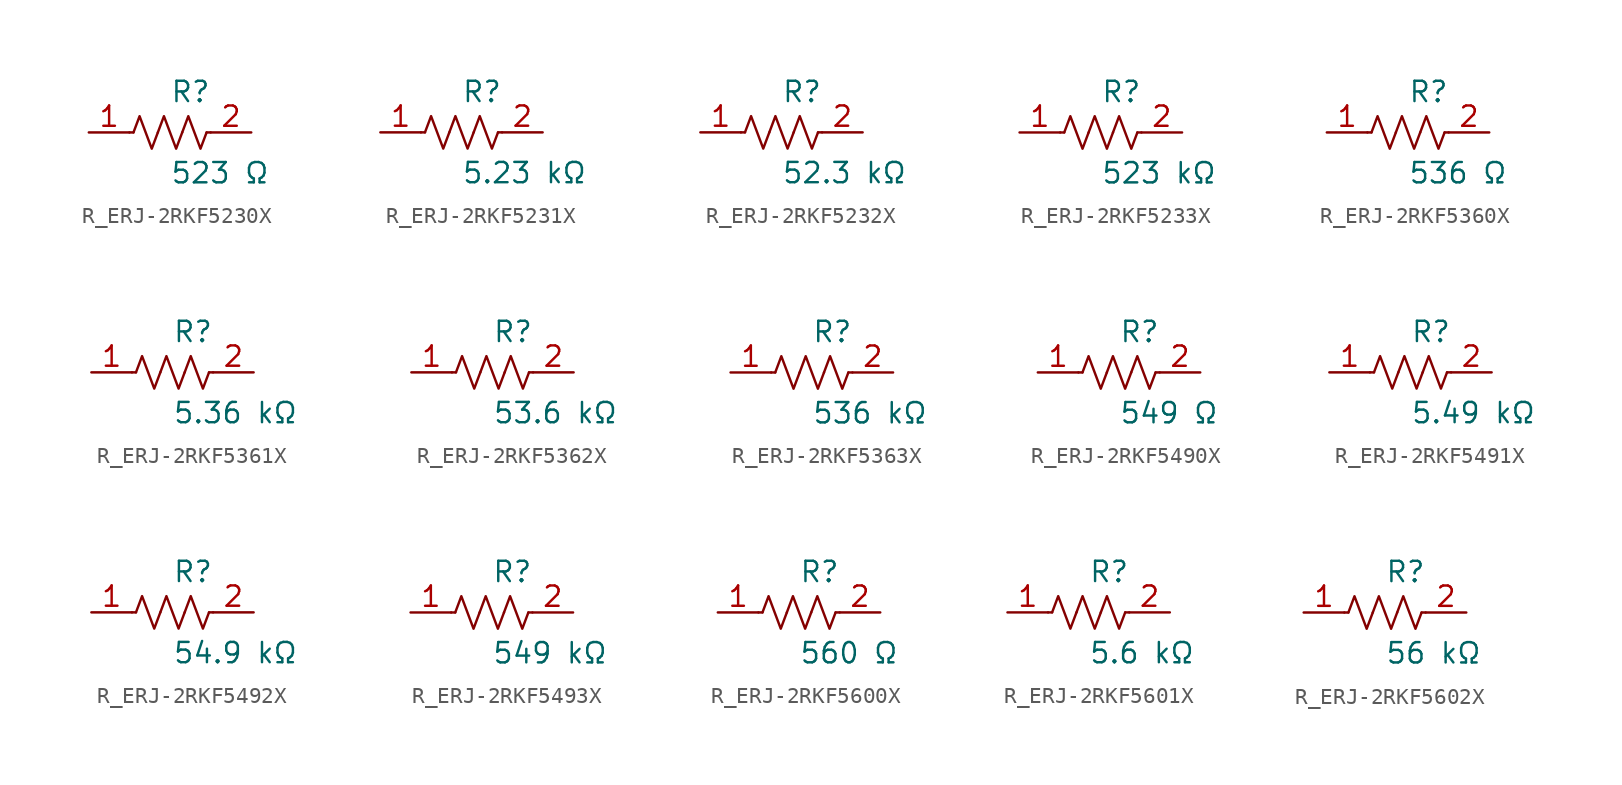
<source format=kicad_sym>
(kicad_symbol_lib
  (version 20231120)
  (generator kicad_symbol_editor)
  (generator_version 8.0)
  (symbol "R_ERJ-2RKF5230X"
    (pin_names
      (offset 0.254))
    (property "Reference" "R"
      (at 0 2.54 0)
      (effects (font (size 1.27 1.27)) (justify left)))
    (property "Value" "523 Ω"
      (at 0 -2.54 0)
      (effects (font (size 1.27 1.27)) (justify left)))
    (symbol "R_ERJ-2RKF5230X_0_1"
      (polyline (pts (xy 2.286 0) (xy 2.54 0)) (stroke (width 0) (type default)) (fill (type none)))
      (polyline (pts (xy -2.286 0) (xy -2.54 0)) (stroke (width 0) (type default)) (fill (type none)))
      (polyline (pts (xy 0.762 0) (xy 1.143 1.016) (xy 1.524 0) (xy 1.905 -1.016) (xy 2.286 0)) (stroke (width 0) (type default)) (fill (type none)))
      (polyline (pts (xy -0.762 0) (xy -0.381 1.016) (xy 0 0) (xy 0.381 -1.016) (xy 0.762 0)) (stroke (width 0) (type default)) (fill (type none)))
      (polyline (pts (xy -2.286 0) (xy -1.905 1.016) (xy -1.524 0) (xy -1.143 -1.016) (xy -0.762 0)) (stroke (width 0) (type default)) (fill (type none))))
    (pin passive line
      (at -5.08 0 0)
      (length 2.54)
      (name "" (effects (font (size 1.27 1.27))))
      (number "1" (effects (font (size 1.27 1.27)))))
    (pin passive line
      (at 5.08 0 180)
      (length 2.54)
      (name "" (effects (font (size 1.27 1.27))))
      (number "2" (effects (font (size 1.27 1.27))))))
  (symbol "R_ERJ-2RKF5231X"
    (pin_names
      (offset 0.254))
    (property "Reference" "R"
      (at 0 2.54 0)
      (effects (font (size 1.27 1.27)) (justify left)))
    (property "Value" "5.23 kΩ"
      (at 0 -2.54 0)
      (effects (font (size 1.27 1.27)) (justify left)))
    (symbol "R_ERJ-2RKF5231X_0_1"
      (polyline (pts (xy 2.286 0) (xy 2.54 0)) (stroke (width 0) (type default)) (fill (type none)))
      (polyline (pts (xy -2.286 0) (xy -2.54 0)) (stroke (width 0) (type default)) (fill (type none)))
      (polyline (pts (xy 0.762 0) (xy 1.143 1.016) (xy 1.524 0) (xy 1.905 -1.016) (xy 2.286 0)) (stroke (width 0) (type default)) (fill (type none)))
      (polyline (pts (xy -0.762 0) (xy -0.381 1.016) (xy 0 0) (xy 0.381 -1.016) (xy 0.762 0)) (stroke (width 0) (type default)) (fill (type none)))
      (polyline (pts (xy -2.286 0) (xy -1.905 1.016) (xy -1.524 0) (xy -1.143 -1.016) (xy -0.762 0)) (stroke (width 0) (type default)) (fill (type none))))
    (pin passive line
      (at -5.08 0 0)
      (length 2.54)
      (name "" (effects (font (size 1.27 1.27))))
      (number "1" (effects (font (size 1.27 1.27)))))
    (pin passive line
      (at 5.08 0 180)
      (length 2.54)
      (name "" (effects (font (size 1.27 1.27))))
      (number "2" (effects (font (size 1.27 1.27))))))
  (symbol "R_ERJ-2RKF5232X"
    (pin_names
      (offset 0.254))
    (property "Reference" "R"
      (at 0 2.54 0)
      (effects (font (size 1.27 1.27)) (justify left)))
    (property "Value" "52.3 kΩ"
      (at 0 -2.54 0)
      (effects (font (size 1.27 1.27)) (justify left)))
    (symbol "R_ERJ-2RKF5232X_0_1"
      (polyline (pts (xy 2.286 0) (xy 2.54 0)) (stroke (width 0) (type default)) (fill (type none)))
      (polyline (pts (xy -2.286 0) (xy -2.54 0)) (stroke (width 0) (type default)) (fill (type none)))
      (polyline (pts (xy 0.762 0) (xy 1.143 1.016) (xy 1.524 0) (xy 1.905 -1.016) (xy 2.286 0)) (stroke (width 0) (type default)) (fill (type none)))
      (polyline (pts (xy -0.762 0) (xy -0.381 1.016) (xy 0 0) (xy 0.381 -1.016) (xy 0.762 0)) (stroke (width 0) (type default)) (fill (type none)))
      (polyline (pts (xy -2.286 0) (xy -1.905 1.016) (xy -1.524 0) (xy -1.143 -1.016) (xy -0.762 0)) (stroke (width 0) (type default)) (fill (type none))))
    (pin passive line
      (at -5.08 0 0)
      (length 2.54)
      (name "" (effects (font (size 1.27 1.27))))
      (number "1" (effects (font (size 1.27 1.27)))))
    (pin passive line
      (at 5.08 0 180)
      (length 2.54)
      (name "" (effects (font (size 1.27 1.27))))
      (number "2" (effects (font (size 1.27 1.27))))))
  (symbol "R_ERJ-2RKF5233X"
    (pin_names
      (offset 0.254))
    (property "Reference" "R"
      (at 0 2.54 0)
      (effects (font (size 1.27 1.27)) (justify left)))
    (property "Value" "523 kΩ"
      (at 0 -2.54 0)
      (effects (font (size 1.27 1.27)) (justify left)))
    (symbol "R_ERJ-2RKF5233X_0_1"
      (polyline (pts (xy 2.286 0) (xy 2.54 0)) (stroke (width 0) (type default)) (fill (type none)))
      (polyline (pts (xy -2.286 0) (xy -2.54 0)) (stroke (width 0) (type default)) (fill (type none)))
      (polyline (pts (xy 0.762 0) (xy 1.143 1.016) (xy 1.524 0) (xy 1.905 -1.016) (xy 2.286 0)) (stroke (width 0) (type default)) (fill (type none)))
      (polyline (pts (xy -0.762 0) (xy -0.381 1.016) (xy 0 0) (xy 0.381 -1.016) (xy 0.762 0)) (stroke (width 0) (type default)) (fill (type none)))
      (polyline (pts (xy -2.286 0) (xy -1.905 1.016) (xy -1.524 0) (xy -1.143 -1.016) (xy -0.762 0)) (stroke (width 0) (type default)) (fill (type none))))
    (pin passive line
      (at -5.08 0 0)
      (length 2.54)
      (name "" (effects (font (size 1.27 1.27))))
      (number "1" (effects (font (size 1.27 1.27)))))
    (pin passive line
      (at 5.08 0 180)
      (length 2.54)
      (name "" (effects (font (size 1.27 1.27))))
      (number "2" (effects (font (size 1.27 1.27))))))
  (symbol "R_ERJ-2RKF5360X"
    (pin_names
      (offset 0.254))
    (property "Reference" "R"
      (at 0 2.54 0)
      (effects (font (size 1.27 1.27)) (justify left)))
    (property "Value" "536 Ω"
      (at 0 -2.54 0)
      (effects (font (size 1.27 1.27)) (justify left)))
    (symbol "R_ERJ-2RKF5360X_0_1"
      (polyline (pts (xy 2.286 0) (xy 2.54 0)) (stroke (width 0) (type default)) (fill (type none)))
      (polyline (pts (xy -2.286 0) (xy -2.54 0)) (stroke (width 0) (type default)) (fill (type none)))
      (polyline (pts (xy 0.762 0) (xy 1.143 1.016) (xy 1.524 0) (xy 1.905 -1.016) (xy 2.286 0)) (stroke (width 0) (type default)) (fill (type none)))
      (polyline (pts (xy -0.762 0) (xy -0.381 1.016) (xy 0 0) (xy 0.381 -1.016) (xy 0.762 0)) (stroke (width 0) (type default)) (fill (type none)))
      (polyline (pts (xy -2.286 0) (xy -1.905 1.016) (xy -1.524 0) (xy -1.143 -1.016) (xy -0.762 0)) (stroke (width 0) (type default)) (fill (type none))))
    (pin passive line
      (at -5.08 0 0)
      (length 2.54)
      (name "" (effects (font (size 1.27 1.27))))
      (number "1" (effects (font (size 1.27 1.27)))))
    (pin passive line
      (at 5.08 0 180)
      (length 2.54)
      (name "" (effects (font (size 1.27 1.27))))
      (number "2" (effects (font (size 1.27 1.27))))))
  (symbol "R_ERJ-2RKF5361X"
    (pin_names
      (offset 0.254))
    (property "Reference" "R"
      (at 0 2.54 0)
      (effects (font (size 1.27 1.27)) (justify left)))
    (property "Value" "5.36 kΩ"
      (at 0 -2.54 0)
      (effects (font (size 1.27 1.27)) (justify left)))
    (symbol "R_ERJ-2RKF5361X_0_1"
      (polyline (pts (xy 2.286 0) (xy 2.54 0)) (stroke (width 0) (type default)) (fill (type none)))
      (polyline (pts (xy -2.286 0) (xy -2.54 0)) (stroke (width 0) (type default)) (fill (type none)))
      (polyline (pts (xy 0.762 0) (xy 1.143 1.016) (xy 1.524 0) (xy 1.905 -1.016) (xy 2.286 0)) (stroke (width 0) (type default)) (fill (type none)))
      (polyline (pts (xy -0.762 0) (xy -0.381 1.016) (xy 0 0) (xy 0.381 -1.016) (xy 0.762 0)) (stroke (width 0) (type default)) (fill (type none)))
      (polyline (pts (xy -2.286 0) (xy -1.905 1.016) (xy -1.524 0) (xy -1.143 -1.016) (xy -0.762 0)) (stroke (width 0) (type default)) (fill (type none))))
    (pin passive line
      (at -5.08 0 0)
      (length 2.54)
      (name "" (effects (font (size 1.27 1.27))))
      (number "1" (effects (font (size 1.27 1.27)))))
    (pin passive line
      (at 5.08 0 180)
      (length 2.54)
      (name "" (effects (font (size 1.27 1.27))))
      (number "2" (effects (font (size 1.27 1.27))))))
  (symbol "R_ERJ-2RKF5362X"
    (pin_names
      (offset 0.254))
    (property "Reference" "R"
      (at 0 2.54 0)
      (effects (font (size 1.27 1.27)) (justify left)))
    (property "Value" "53.6 kΩ"
      (at 0 -2.54 0)
      (effects (font (size 1.27 1.27)) (justify left)))
    (symbol "R_ERJ-2RKF5362X_0_1"
      (polyline (pts (xy 2.286 0) (xy 2.54 0)) (stroke (width 0) (type default)) (fill (type none)))
      (polyline (pts (xy -2.286 0) (xy -2.54 0)) (stroke (width 0) (type default)) (fill (type none)))
      (polyline (pts (xy 0.762 0) (xy 1.143 1.016) (xy 1.524 0) (xy 1.905 -1.016) (xy 2.286 0)) (stroke (width 0) (type default)) (fill (type none)))
      (polyline (pts (xy -0.762 0) (xy -0.381 1.016) (xy 0 0) (xy 0.381 -1.016) (xy 0.762 0)) (stroke (width 0) (type default)) (fill (type none)))
      (polyline (pts (xy -2.286 0) (xy -1.905 1.016) (xy -1.524 0) (xy -1.143 -1.016) (xy -0.762 0)) (stroke (width 0) (type default)) (fill (type none))))
    (pin passive line
      (at -5.08 0 0)
      (length 2.54)
      (name "" (effects (font (size 1.27 1.27))))
      (number "1" (effects (font (size 1.27 1.27)))))
    (pin passive line
      (at 5.08 0 180)
      (length 2.54)
      (name "" (effects (font (size 1.27 1.27))))
      (number "2" (effects (font (size 1.27 1.27))))))
  (symbol "R_ERJ-2RKF5363X"
    (pin_names
      (offset 0.254))
    (property "Reference" "R"
      (at 0 2.54 0)
      (effects (font (size 1.27 1.27)) (justify left)))
    (property "Value" "536 kΩ"
      (at 0 -2.54 0)
      (effects (font (size 1.27 1.27)) (justify left)))
    (symbol "R_ERJ-2RKF5363X_0_1"
      (polyline (pts (xy 2.286 0) (xy 2.54 0)) (stroke (width 0) (type default)) (fill (type none)))
      (polyline (pts (xy -2.286 0) (xy -2.54 0)) (stroke (width 0) (type default)) (fill (type none)))
      (polyline (pts (xy 0.762 0) (xy 1.143 1.016) (xy 1.524 0) (xy 1.905 -1.016) (xy 2.286 0)) (stroke (width 0) (type default)) (fill (type none)))
      (polyline (pts (xy -0.762 0) (xy -0.381 1.016) (xy 0 0) (xy 0.381 -1.016) (xy 0.762 0)) (stroke (width 0) (type default)) (fill (type none)))
      (polyline (pts (xy -2.286 0) (xy -1.905 1.016) (xy -1.524 0) (xy -1.143 -1.016) (xy -0.762 0)) (stroke (width 0) (type default)) (fill (type none))))
    (pin passive line
      (at -5.08 0 0)
      (length 2.54)
      (name "" (effects (font (size 1.27 1.27))))
      (number "1" (effects (font (size 1.27 1.27)))))
    (pin passive line
      (at 5.08 0 180)
      (length 2.54)
      (name "" (effects (font (size 1.27 1.27))))
      (number "2" (effects (font (size 1.27 1.27))))))
  (symbol "R_ERJ-2RKF5490X"
    (pin_names
      (offset 0.254))
    (property "Reference" "R"
      (at 0 2.54 0)
      (effects (font (size 1.27 1.27)) (justify left)))
    (property "Value" "549 Ω"
      (at 0 -2.54 0)
      (effects (font (size 1.27 1.27)) (justify left)))
    (symbol "R_ERJ-2RKF5490X_0_1"
      (polyline (pts (xy 2.286 0) (xy 2.54 0)) (stroke (width 0) (type default)) (fill (type none)))
      (polyline (pts (xy -2.286 0) (xy -2.54 0)) (stroke (width 0) (type default)) (fill (type none)))
      (polyline (pts (xy 0.762 0) (xy 1.143 1.016) (xy 1.524 0) (xy 1.905 -1.016) (xy 2.286 0)) (stroke (width 0) (type default)) (fill (type none)))
      (polyline (pts (xy -0.762 0) (xy -0.381 1.016) (xy 0 0) (xy 0.381 -1.016) (xy 0.762 0)) (stroke (width 0) (type default)) (fill (type none)))
      (polyline (pts (xy -2.286 0) (xy -1.905 1.016) (xy -1.524 0) (xy -1.143 -1.016) (xy -0.762 0)) (stroke (width 0) (type default)) (fill (type none))))
    (pin passive line
      (at -5.08 0 0)
      (length 2.54)
      (name "" (effects (font (size 1.27 1.27))))
      (number "1" (effects (font (size 1.27 1.27)))))
    (pin passive line
      (at 5.08 0 180)
      (length 2.54)
      (name "" (effects (font (size 1.27 1.27))))
      (number "2" (effects (font (size 1.27 1.27))))))
  (symbol "R_ERJ-2RKF5491X"
    (pin_names
      (offset 0.254))
    (property "Reference" "R"
      (at 0 2.54 0)
      (effects (font (size 1.27 1.27)) (justify left)))
    (property "Value" "5.49 kΩ"
      (at 0 -2.54 0)
      (effects (font (size 1.27 1.27)) (justify left)))
    (symbol "R_ERJ-2RKF5491X_0_1"
      (polyline (pts (xy 2.286 0) (xy 2.54 0)) (stroke (width 0) (type default)) (fill (type none)))
      (polyline (pts (xy -2.286 0) (xy -2.54 0)) (stroke (width 0) (type default)) (fill (type none)))
      (polyline (pts (xy 0.762 0) (xy 1.143 1.016) (xy 1.524 0) (xy 1.905 -1.016) (xy 2.286 0)) (stroke (width 0) (type default)) (fill (type none)))
      (polyline (pts (xy -0.762 0) (xy -0.381 1.016) (xy 0 0) (xy 0.381 -1.016) (xy 0.762 0)) (stroke (width 0) (type default)) (fill (type none)))
      (polyline (pts (xy -2.286 0) (xy -1.905 1.016) (xy -1.524 0) (xy -1.143 -1.016) (xy -0.762 0)) (stroke (width 0) (type default)) (fill (type none))))
    (pin passive line
      (at -5.08 0 0)
      (length 2.54)
      (name "" (effects (font (size 1.27 1.27))))
      (number "1" (effects (font (size 1.27 1.27)))))
    (pin passive line
      (at 5.08 0 180)
      (length 2.54)
      (name "" (effects (font (size 1.27 1.27))))
      (number "2" (effects (font (size 1.27 1.27))))))
  (symbol "R_ERJ-2RKF5492X"
    (pin_names
      (offset 0.254))
    (property "Reference" "R"
      (at 0 2.54 0)
      (effects (font (size 1.27 1.27)) (justify left)))
    (property "Value" "54.9 kΩ"
      (at 0 -2.54 0)
      (effects (font (size 1.27 1.27)) (justify left)))
    (symbol "R_ERJ-2RKF5492X_0_1"
      (polyline (pts (xy 2.286 0) (xy 2.54 0)) (stroke (width 0) (type default)) (fill (type none)))
      (polyline (pts (xy -2.286 0) (xy -2.54 0)) (stroke (width 0) (type default)) (fill (type none)))
      (polyline (pts (xy 0.762 0) (xy 1.143 1.016) (xy 1.524 0) (xy 1.905 -1.016) (xy 2.286 0)) (stroke (width 0) (type default)) (fill (type none)))
      (polyline (pts (xy -0.762 0) (xy -0.381 1.016) (xy 0 0) (xy 0.381 -1.016) (xy 0.762 0)) (stroke (width 0) (type default)) (fill (type none)))
      (polyline (pts (xy -2.286 0) (xy -1.905 1.016) (xy -1.524 0) (xy -1.143 -1.016) (xy -0.762 0)) (stroke (width 0) (type default)) (fill (type none))))
    (pin passive line
      (at -5.08 0 0)
      (length 2.54)
      (name "" (effects (font (size 1.27 1.27))))
      (number "1" (effects (font (size 1.27 1.27)))))
    (pin passive line
      (at 5.08 0 180)
      (length 2.54)
      (name "" (effects (font (size 1.27 1.27))))
      (number "2" (effects (font (size 1.27 1.27))))))
  (symbol "R_ERJ-2RKF5493X"
    (pin_names
      (offset 0.254))
    (property "Reference" "R"
      (at 0 2.54 0)
      (effects (font (size 1.27 1.27)) (justify left)))
    (property "Value" "549 kΩ"
      (at 0 -2.54 0)
      (effects (font (size 1.27 1.27)) (justify left)))
    (symbol "R_ERJ-2RKF5493X_0_1"
      (polyline (pts (xy 2.286 0) (xy 2.54 0)) (stroke (width 0) (type default)) (fill (type none)))
      (polyline (pts (xy -2.286 0) (xy -2.54 0)) (stroke (width 0) (type default)) (fill (type none)))
      (polyline (pts (xy 0.762 0) (xy 1.143 1.016) (xy 1.524 0) (xy 1.905 -1.016) (xy 2.286 0)) (stroke (width 0) (type default)) (fill (type none)))
      (polyline (pts (xy -0.762 0) (xy -0.381 1.016) (xy 0 0) (xy 0.381 -1.016) (xy 0.762 0)) (stroke (width 0) (type default)) (fill (type none)))
      (polyline (pts (xy -2.286 0) (xy -1.905 1.016) (xy -1.524 0) (xy -1.143 -1.016) (xy -0.762 0)) (stroke (width 0) (type default)) (fill (type none))))
    (pin passive line
      (at -5.08 0 0)
      (length 2.54)
      (name "" (effects (font (size 1.27 1.27))))
      (number "1" (effects (font (size 1.27 1.27)))))
    (pin passive line
      (at 5.08 0 180)
      (length 2.54)
      (name "" (effects (font (size 1.27 1.27))))
      (number "2" (effects (font (size 1.27 1.27))))))
  (symbol "R_ERJ-2RKF5600X"
    (pin_names
      (offset 0.254))
    (property "Reference" "R"
      (at 0 2.54 0)
      (effects (font (size 1.27 1.27)) (justify left)))
    (property "Value" "560 Ω"
      (at 0 -2.54 0)
      (effects (font (size 1.27 1.27)) (justify left)))
    (symbol "R_ERJ-2RKF5600X_0_1"
      (polyline (pts (xy 2.286 0) (xy 2.54 0)) (stroke (width 0) (type default)) (fill (type none)))
      (polyline (pts (xy -2.286 0) (xy -2.54 0)) (stroke (width 0) (type default)) (fill (type none)))
      (polyline (pts (xy 0.762 0) (xy 1.143 1.016) (xy 1.524 0) (xy 1.905 -1.016) (xy 2.286 0)) (stroke (width 0) (type default)) (fill (type none)))
      (polyline (pts (xy -0.762 0) (xy -0.381 1.016) (xy 0 0) (xy 0.381 -1.016) (xy 0.762 0)) (stroke (width 0) (type default)) (fill (type none)))
      (polyline (pts (xy -2.286 0) (xy -1.905 1.016) (xy -1.524 0) (xy -1.143 -1.016) (xy -0.762 0)) (stroke (width 0) (type default)) (fill (type none))))
    (pin passive line
      (at -5.08 0 0)
      (length 2.54)
      (name "" (effects (font (size 1.27 1.27))))
      (number "1" (effects (font (size 1.27 1.27)))))
    (pin passive line
      (at 5.08 0 180)
      (length 2.54)
      (name "" (effects (font (size 1.27 1.27))))
      (number "2" (effects (font (size 1.27 1.27))))))
  (symbol "R_ERJ-2RKF5601X"
    (pin_names
      (offset 0.254))
    (property "Reference" "R"
      (at 0 2.54 0)
      (effects (font (size 1.27 1.27)) (justify left)))
    (property "Value" "5.6 kΩ"
      (at 0 -2.54 0)
      (effects (font (size 1.27 1.27)) (justify left)))
    (symbol "R_ERJ-2RKF5601X_0_1"
      (polyline (pts (xy 2.286 0) (xy 2.54 0)) (stroke (width 0) (type default)) (fill (type none)))
      (polyline (pts (xy -2.286 0) (xy -2.54 0)) (stroke (width 0) (type default)) (fill (type none)))
      (polyline (pts (xy 0.762 0) (xy 1.143 1.016) (xy 1.524 0) (xy 1.905 -1.016) (xy 2.286 0)) (stroke (width 0) (type default)) (fill (type none)))
      (polyline (pts (xy -0.762 0) (xy -0.381 1.016) (xy 0 0) (xy 0.381 -1.016) (xy 0.762 0)) (stroke (width 0) (type default)) (fill (type none)))
      (polyline (pts (xy -2.286 0) (xy -1.905 1.016) (xy -1.524 0) (xy -1.143 -1.016) (xy -0.762 0)) (stroke (width 0) (type default)) (fill (type none))))
    (pin passive line
      (at -5.08 0 0)
      (length 2.54)
      (name "" (effects (font (size 1.27 1.27))))
      (number "1" (effects (font (size 1.27 1.27)))))
    (pin passive line
      (at 5.08 0 180)
      (length 2.54)
      (name "" (effects (font (size 1.27 1.27))))
      (number "2" (effects (font (size 1.27 1.27))))))
  (symbol "R_ERJ-2RKF5602X"
    (pin_names
      (offset 0.254))
    (property "Reference" "R"
      (at 0 2.54 0)
      (effects (font (size 1.27 1.27)) (justify left)))
    (property "Value" "56 kΩ"
      (at 0 -2.54 0)
      (effects (font (size 1.27 1.27)) (justify left)))
    (symbol "R_ERJ-2RKF5602X_0_1"
      (polyline (pts (xy 2.286 0) (xy 2.54 0)) (stroke (width 0) (type default)) (fill (type none)))
      (polyline (pts (xy -2.286 0) (xy -2.54 0)) (stroke (width 0) (type default)) (fill (type none)))
      (polyline (pts (xy 0.762 0) (xy 1.143 1.016) (xy 1.524 0) (xy 1.905 -1.016) (xy 2.286 0)) (stroke (width 0) (type default)) (fill (type none)))
      (polyline (pts (xy -0.762 0) (xy -0.381 1.016) (xy 0 0) (xy 0.381 -1.016) (xy 0.762 0)) (stroke (width 0) (type default)) (fill (type none)))
      (polyline (pts (xy -2.286 0) (xy -1.905 1.016) (xy -1.524 0) (xy -1.143 -1.016) (xy -0.762 0)) (stroke (width 0) (type default)) (fill (type none))))
    (pin passive line
      (at -5.08 0 0)
      (length 2.54)
      (name "" (effects (font (size 1.27 1.27))))
      (number "1" (effects (font (size 1.27 1.27)))))
    (pin passive line
      (at 5.08 0 180)
      (length 2.54)
      (name "" (effects (font (size 1.27 1.27))))
      (number "2" (effects (font (size 1.27 1.27)))))))
</source>
